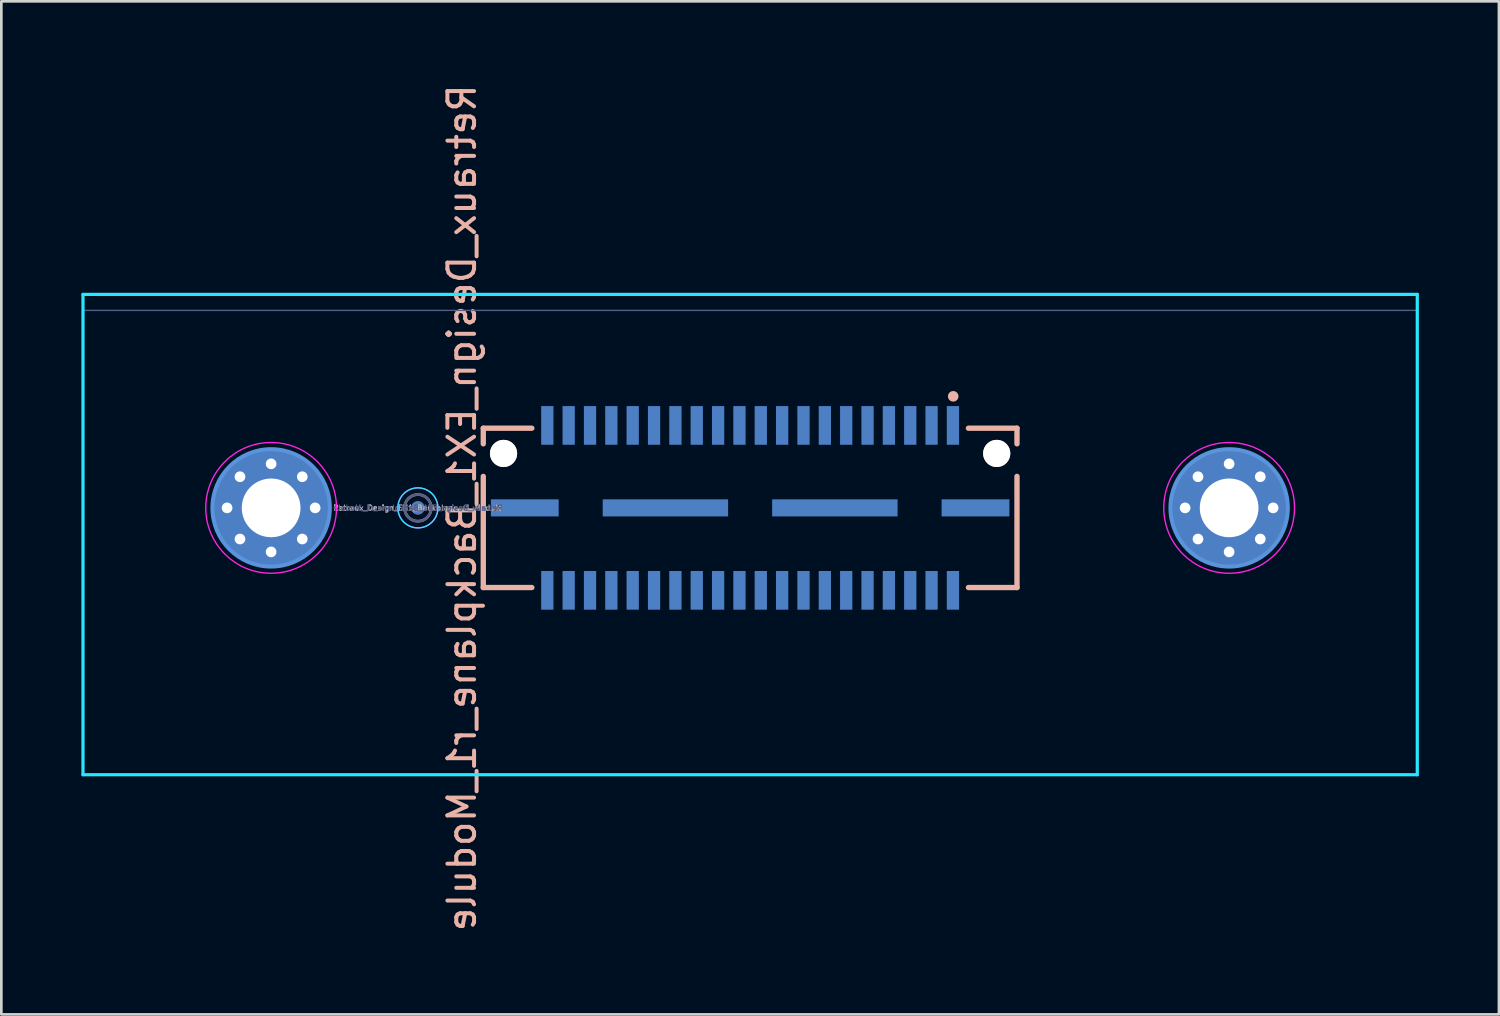
<source format=kicad_pcb>
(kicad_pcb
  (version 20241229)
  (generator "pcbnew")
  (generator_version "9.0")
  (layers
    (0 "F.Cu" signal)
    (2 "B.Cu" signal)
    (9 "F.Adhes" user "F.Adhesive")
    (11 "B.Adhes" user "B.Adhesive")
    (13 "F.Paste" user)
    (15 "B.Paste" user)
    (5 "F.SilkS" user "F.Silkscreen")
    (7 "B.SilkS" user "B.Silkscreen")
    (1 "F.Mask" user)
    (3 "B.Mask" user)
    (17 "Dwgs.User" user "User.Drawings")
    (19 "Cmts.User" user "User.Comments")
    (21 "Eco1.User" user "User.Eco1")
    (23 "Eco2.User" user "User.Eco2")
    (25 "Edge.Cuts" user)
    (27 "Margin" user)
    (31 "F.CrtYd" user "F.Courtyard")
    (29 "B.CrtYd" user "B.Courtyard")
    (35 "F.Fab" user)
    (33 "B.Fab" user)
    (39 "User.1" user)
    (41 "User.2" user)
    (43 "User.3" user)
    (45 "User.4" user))
  (footprint "Retraux_Design_EX1_Backplane_r1_Module"
    (layer "F.Cu")
    (at 25.06 15.982)
    (property "Reference" "Retraux_Design_EX1_Backplane_r1_Module" (at -10.8 0 90) (layer "B.SilkS") (effects (font (size 1 1) (thickness 0.15)) (justify mirror)))
    (attr exclude_from_pos_files exclude_from_bom)
    (fp_line (start -10 -2.985) (end -10 -2.4) (stroke (width 0.2) (type solid)) (layer "B.SilkS"))
    (fp_line (start -10 -2.985) (end -8.18 -2.985) (stroke (width 0.2) (type solid)) (layer "B.SilkS"))
    (fp_line (start -10 -1.18) (end -10 2.985) (stroke (width 0.2) (type solid)) (layer "B.SilkS"))
    (fp_line (start -10 2.985) (end -8.18 2.985) (stroke (width 0.2) (type solid)) (layer "B.SilkS"))
    (fp_line (start 8.18 -2.985) (end 10 -2.985) (stroke (width 0.2) (type solid)) (layer "B.SilkS"))
    (fp_line (start 10 -2.985) (end 10 -2.4) (stroke (width 0.2) (type solid)) (layer "B.SilkS"))
    (fp_line (start 10 -1.18) (end 10 2.985) (stroke (width 0.2) (type solid)) (layer "B.SilkS"))
    (fp_line (start 10 2.985) (end 8.18 2.985) (stroke (width 0.2) (type solid)) (layer "B.SilkS"))
    (fp_circle (center 7.61 -4.18) (end 7.51 -4.18) (stroke (width 0.2) (type solid)) (fill no) (layer "B.SilkS"))
    (fp_circle (center -17.95 0) (end -15.75 0) (stroke (width 0.15) (type solid)) (fill no) (layer "Cmts.User"))
    (fp_circle (center 17.95 0) (end 20.15 0) (stroke (width 0.15) (type solid)) (fill no) (layer "Cmts.User"))
    (fp_line (start -10.25 -4.065) (end -10.25 4.065) (stroke (width 0.05) (type solid)) (layer "Eco1.User"))
    (fp_line (start -10.25 4.065) (end 10.25 4.065) (stroke (width 0.05) (type solid)) (layer "Eco1.User"))
    (fp_line (start 10.25 -4.065) (end -10.25 -4.065) (stroke (width 0.05) (type solid)) (layer "Eco1.User"))
    (fp_line (start 10.25 4.065) (end 10.25 -4.065) (stroke (width 0.05) (type solid)) (layer "Eco1.User"))
    (fp_line (start -25 -8) (end -25 9.45) (stroke (width 0.05) (type solid)) (layer "Eco2.User"))
    (fp_line (start -24.45 10) (end 24.45 10) (stroke (width 0.05) (type solid)) (layer "Eco2.User"))
    (fp_line (start -10 -2.985) (end -10 2.985) (stroke (width 0.1) (type solid)) (layer "Eco2.User"))
    (fp_line (start -10 2.985) (end 10 2.985) (stroke (width 0.1) (type solid)) (layer "Eco2.User"))
    (fp_line (start 10 -2.985) (end -10 -2.985) (stroke (width 0.1) (type solid)) (layer "Eco2.User"))
    (fp_line (start 10 2.985) (end 10 -2.985) (stroke (width 0.1) (type solid)) (layer "Eco2.User"))
    (fp_line (start 25 9.45) (end 25 -8) (stroke (width 0.05) (type solid)) (layer "Eco2.User"))
    (fp_arc (start -24.45 10) (mid -24.838909 9.838909) (end -25 9.45) (stroke (width 0.05) (type solid)) (layer "Eco2.User"))
    (fp_arc (start 25 9.45) (mid 24.838909 9.838909) (end 24.45 10) (stroke (width 0.05) (type solid)) (layer "Eco2.User"))
    (fp_line (start -25 -8) (end -25 10) (stroke (width 0.12) (type solid)) (layer "B.CrtYd"))
    (fp_line (start -25 10) (end 25 10) (stroke (width 0.12) (type solid)) (layer "B.CrtYd"))
    (fp_line (start 25 -8) (end -25 -8) (stroke (width 0.12) (type solid)) (layer "B.CrtYd"))
    (fp_line (start 25 10) (end 25 -8) (stroke (width 0.12) (type solid)) (layer "B.CrtYd"))
    (fp_circle (center -12.45 0) (end -11.7 0) (stroke (width 0.05) (type solid)) (fill no) (layer "B.CrtYd"))
    (fp_circle (center -17.95 0) (end -15.5 0) (stroke (width 0.05) (type solid)) (fill no) (layer "F.CrtYd"))
    (fp_circle (center -12.45 0) (end -11.7 0) (stroke (width 0.05) (type solid)) (fill no) (layer "F.CrtYd"))
    (fp_circle (center 17.95 0) (end 20.4 0) (stroke (width 0.05) (type solid)) (fill no) (layer "F.CrtYd"))
    (fp_line (start -25 -7.4) (end 25 -7.4) (stroke (width 0.05) (type solid)) (layer "B.Fab"))
    (fp_circle (center -12.45 0) (end -11.95 0) (stroke (width 0.1) (type solid)) (fill no) (layer "B.Fab"))
    (fp_circle (center -12.45 0) (end -11.95 0) (stroke (width 0.1) (type solid)) (fill no) (layer "F.Fab"))
    (fp_text user "${REFERENCE}" (at -12.45 0 0) (layer "B.Fab") (effects (font (size 0.2 0.2) (thickness 0.04)) (justify mirror)))
    (fp_text user "${REFERENCE}" (at -12.45 0 0) (layer "F.Fab") (effects (font (size 0.2 0.2) (thickness 0.04))))
    (pad "" smd circle (at -12.45 0) (size 0.5 0.5) (layers "F.Cu" "F.Mask"))
    (pad "" smd circle (at -12.45 0) (size 0.5 0.5) (layers "B.Cu" "B.Mask"))
    (pad "" np_thru_hole circle (at -9.24 -2.04 180) (size 1.02 1.02) (drill 1.02) (layers "*.Cu" "*.Mask" "B.SilkS"))
    (pad "" np_thru_hole circle (at 9.24 -2.04 180) (size 1.02 1.02) (drill 1.02) (layers "*.Cu" "*.Mask" "B.SilkS"))
    (pad "1" smd rect (at 7.6 -3.09 90) (size 1.45 0.46) (layers "B.Cu" "B.Mask" "B.Paste"))
    (pad "2" smd rect (at 7.6 3.09 90) (size 1.45 0.46) (layers "B.Cu" "B.Mask" "B.Paste"))
    (pad "3" smd rect (at 6.8 -3.09 90) (size 1.45 0.46) (layers "B.Cu" "B.Mask" "B.Paste"))
    (pad "4" smd rect (at 6.8 3.09 90) (size 1.45 0.46) (layers "B.Cu" "B.Mask" "B.Paste"))
    (pad "5" smd rect (at 6 -3.09 90) (size 1.45 0.46) (layers "B.Cu" "B.Mask" "B.Paste"))
    (pad "6" smd rect (at 6 3.09 90) (size 1.45 0.46) (layers "B.Cu" "B.Mask" "B.Paste"))
    (pad "7" smd rect (at 5.2 -3.09 90) (size 1.45 0.46) (layers "B.Cu" "B.Mask" "B.Paste"))
    (pad "8" smd rect (at 5.2 3.09 90) (size 1.45 0.46) (layers "B.Cu" "B.Mask" "B.Paste"))
    (pad "9" smd rect (at 4.4 -3.09 90) (size 1.45 0.46) (layers "B.Cu" "B.Mask" "B.Paste"))
    (pad "10" smd rect (at 4.4 3.09 90) (size 1.45 0.46) (layers "B.Cu" "B.Mask" "B.Paste"))
    (pad "11" smd rect (at 3.6 -3.09 90) (size 1.45 0.46) (layers "B.Cu" "B.Mask" "B.Paste"))
    (pad "12" smd rect (at 3.6 3.09 90) (size 1.45 0.46) (layers "B.Cu" "B.Mask" "B.Paste"))
    (pad "13" smd rect (at 2.8 -3.09 90) (size 1.45 0.46) (layers "B.Cu" "B.Mask" "B.Paste"))
    (pad "14" smd rect (at 2.8 3.09 90) (size 1.45 0.46) (layers "B.Cu" "B.Mask" "B.Paste"))
    (pad "15" smd rect (at 2 -3.09 90) (size 1.45 0.46) (layers "B.Cu" "B.Mask" "B.Paste"))
    (pad "16" smd rect (at 2 3.09 90) (size 1.45 0.46) (layers "B.Cu" "B.Mask" "B.Paste"))
    (pad "17" smd rect (at 1.2 -3.09 90) (size 1.45 0.46) (layers "B.Cu" "B.Mask" "B.Paste"))
    (pad "18" smd rect (at 1.2 3.09 90) (size 1.45 0.46) (layers "B.Cu" "B.Mask" "B.Paste"))
    (pad "19" smd rect (at 0.4 -3.09 90) (size 1.45 0.46) (layers "B.Cu" "B.Mask" "B.Paste"))
    (pad "20" smd rect (at 0.4 3.09 90) (size 1.45 0.46) (layers "B.Cu" "B.Mask" "B.Paste"))
    (pad "21" smd rect (at -0.4 -3.09 90) (size 1.45 0.46) (layers "B.Cu" "B.Mask" "B.Paste"))
    (pad "22" smd rect (at -0.4 3.09 90) (size 1.45 0.46) (layers "B.Cu" "B.Mask" "B.Paste"))
    (pad "23" smd rect (at -1.2 -3.09 90) (size 1.45 0.46) (layers "B.Cu" "B.Mask" "B.Paste"))
    (pad "24" smd rect (at -1.2 3.09 90) (size 1.45 0.46) (layers "B.Cu" "B.Mask" "B.Paste"))
    (pad "25" smd rect (at -2 -3.09 90) (size 1.45 0.46) (layers "B.Cu" "B.Mask" "B.Paste"))
    (pad "26" smd rect (at -2 3.09 90) (size 1.45 0.46) (layers "B.Cu" "B.Mask" "B.Paste"))
    (pad "27" smd rect (at -2.8 -3.09 90) (size 1.45 0.46) (layers "B.Cu" "B.Mask" "B.Paste"))
    (pad "28" smd rect (at -2.8 3.09 90) (size 1.45 0.46) (layers "B.Cu" "B.Mask" "B.Paste"))
    (pad "29" smd rect (at -3.6 -3.09 90) (size 1.45 0.46) (layers "B.Cu" "B.Mask" "B.Paste"))
    (pad "30" smd rect (at -3.6 3.09 90) (size 1.45 0.46) (layers "B.Cu" "B.Mask" "B.Paste"))
    (pad "31" smd rect (at -4.4 -3.09 90) (size 1.45 0.46) (layers "B.Cu" "B.Mask" "B.Paste"))
    (pad "32" smd rect (at -4.4 3.09 90) (size 1.45 0.46) (layers "B.Cu" "B.Mask" "B.Paste"))
    (pad "33" smd rect (at -5.2 -3.09 90) (size 1.45 0.46) (layers "B.Cu" "B.Mask" "B.Paste"))
    (pad "34" smd rect (at -5.2 3.09 90) (size 1.45 0.46) (layers "B.Cu" "B.Mask" "B.Paste"))
    (pad "35" smd rect (at -6 -3.09 90) (size 1.45 0.46) (layers "B.Cu" "B.Mask" "B.Paste"))
    (pad "36" smd rect (at -6 3.09 90) (size 1.45 0.46) (layers "B.Cu" "B.Mask" "B.Paste"))
    (pad "37" smd rect (at -6.8 -3.09 90) (size 1.45 0.46) (layers "B.Cu" "B.Mask" "B.Paste"))
    (pad "38" smd rect (at -6.8 3.09 90) (size 1.45 0.46) (layers "B.Cu" "B.Mask" "B.Paste"))
    (pad "39" smd rect (at -7.6 -3.09 90) (size 1.45 0.46) (layers "B.Cu" "B.Mask" "B.Paste"))
    (pad "40" smd rect (at -7.6 3.09 90) (size 1.45 0.46) (layers "B.Cu" "B.Mask" "B.Paste"))
    (pad "41" smd rect (at 8.445 0) (size 2.54 0.64) (layers "B.Cu" "B.Mask" "B.Paste"))
    (pad "41" thru_hole circle (at 16.3 0) (size 0.7 0.7) (drill 0.4) (layers "*.Cu" "*.Mask"))
    (pad "41" thru_hole circle (at 16.783 -1.167) (size 0.7 0.7) (drill 0.4) (layers "*.Cu" "*.Mask"))
    (pad "41" thru_hole circle (at 16.783 1.167) (size 0.7 0.7) (drill 0.4) (layers "*.Cu" "*.Mask"))
    (pad "41" thru_hole circle (at 17.95 -1.65) (size 0.7 0.7) (drill 0.4) (layers "*.Cu" "*.Mask"))
    (pad "41" thru_hole circle (at 17.95 0) (size 4.4 4.4) (drill 2.2) (layers "*.Cu" "*.Mask"))
    (pad "41" thru_hole circle (at 17.95 1.65) (size 0.7 0.7) (drill 0.4) (layers "*.Cu" "*.Mask"))
    (pad "41" thru_hole circle (at 19.117 -1.167) (size 0.7 0.7) (drill 0.4) (layers "*.Cu" "*.Mask"))
    (pad "41" thru_hole circle (at 19.117 1.167) (size 0.7 0.7) (drill 0.4) (layers "*.Cu" "*.Mask"))
    (pad "41" thru_hole circle (at 19.6 0) (size 0.7 0.7) (drill 0.4) (layers "*.Cu" "*.Mask"))
    (pad "42" smd rect (at 3.175 0) (size 4.7 0.64) (layers "B.Cu" "B.Mask" "B.Paste"))
    (pad "43" smd rect (at -3.175 0) (size 4.7 0.64) (layers "B.Cu" "B.Mask" "B.Paste"))
    (pad "44" thru_hole circle (at -19.6 0) (size 0.7 0.7) (drill 0.4) (layers "*.Cu" "*.Mask"))
    (pad "44" thru_hole circle (at -19.117 -1.167) (size 0.7 0.7) (drill 0.4) (layers "*.Cu" "*.Mask"))
    (pad "44" thru_hole circle (at -19.117 1.167) (size 0.7 0.7) (drill 0.4) (layers "*.Cu" "*.Mask"))
    (pad "44" thru_hole circle (at -17.95 -1.65) (size 0.7 0.7) (drill 0.4) (layers "*.Cu" "*.Mask"))
    (pad "44" thru_hole circle (at -17.95 0) (size 4.4 4.4) (drill 2.2) (layers "*.Cu" "*.Mask"))
    (pad "44" thru_hole circle (at -17.95 1.65) (size 0.7 0.7) (drill 0.4) (layers "*.Cu" "*.Mask"))
    (pad "44" thru_hole circle (at -16.783 -1.167) (size 0.7 0.7) (drill 0.4) (layers "*.Cu" "*.Mask"))
    (pad "44" thru_hole circle (at -16.783 1.167) (size 0.7 0.7) (drill 0.4) (layers "*.Cu" "*.Mask"))
    (pad "44" thru_hole circle (at -16.3 0) (size 0.7 0.7) (drill 0.4) (layers "*.Cu" "*.Mask"))
    (pad "44" smd rect (at -8.445 0) (size 2.54 0.64) (layers "B.Cu" "B.Mask" "B.Paste")))
  (gr_rect
    (start -3 -3)
    (end 53.12 34.964)
    (stroke (width 0.1) (type default))
    (fill no)
    (layer "Edge.Cuts")))
</source>
